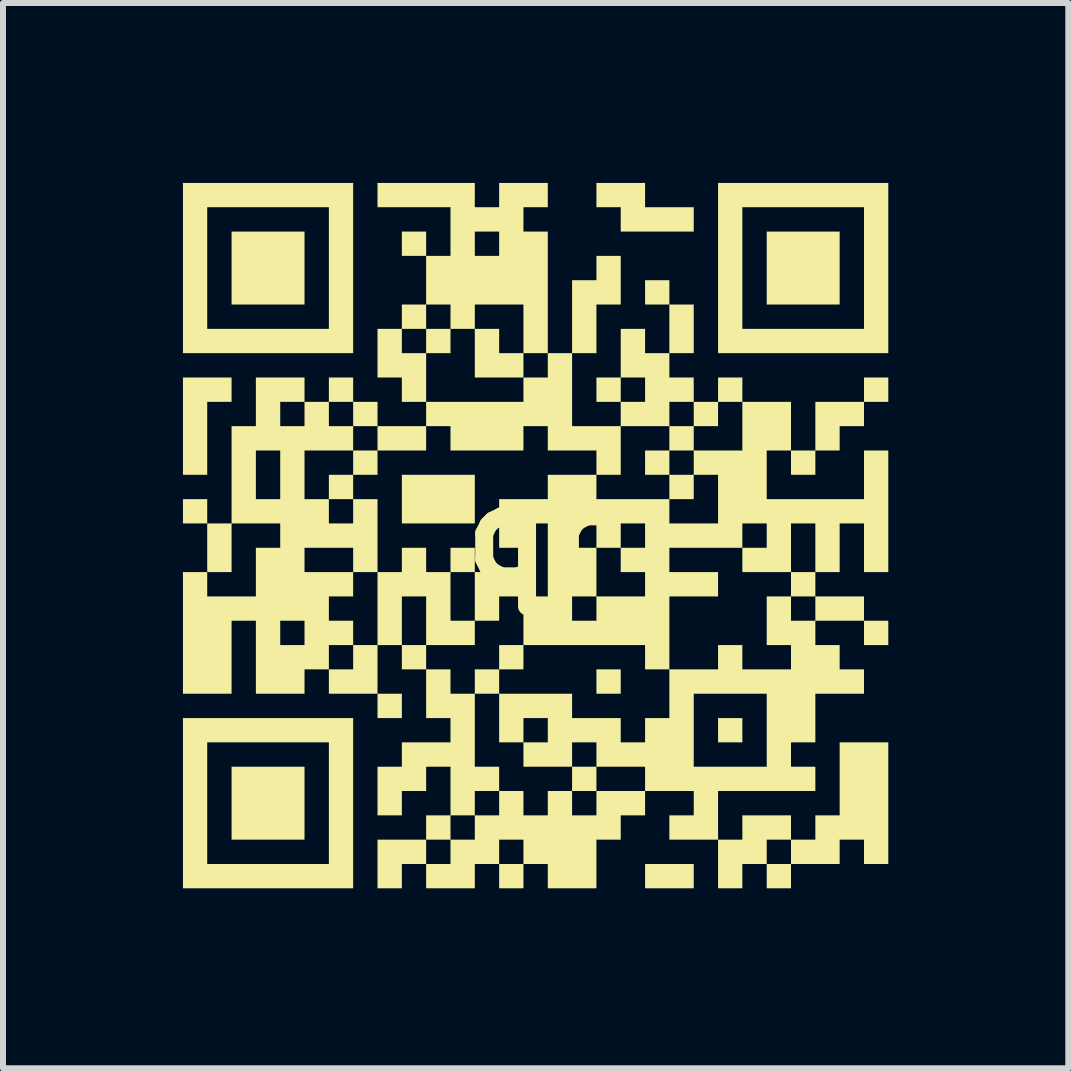
<source format=kicad_pcb>
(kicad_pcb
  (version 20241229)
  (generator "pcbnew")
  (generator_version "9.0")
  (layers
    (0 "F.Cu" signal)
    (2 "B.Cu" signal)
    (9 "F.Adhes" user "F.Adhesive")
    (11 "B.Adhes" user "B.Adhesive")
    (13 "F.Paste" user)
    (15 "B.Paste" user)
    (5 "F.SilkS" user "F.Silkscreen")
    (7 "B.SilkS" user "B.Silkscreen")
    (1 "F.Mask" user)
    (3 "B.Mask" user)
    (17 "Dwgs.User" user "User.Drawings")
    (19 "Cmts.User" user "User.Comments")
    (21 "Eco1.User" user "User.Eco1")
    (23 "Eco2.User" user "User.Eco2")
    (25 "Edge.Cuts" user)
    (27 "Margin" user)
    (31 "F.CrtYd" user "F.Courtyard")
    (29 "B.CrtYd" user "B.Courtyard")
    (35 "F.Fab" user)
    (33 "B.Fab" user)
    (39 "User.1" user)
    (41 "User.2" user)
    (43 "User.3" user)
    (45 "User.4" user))
  (footprint "qr"
    (layer "F.Cu")
    (at 5.88 5.88)
    (property "Reference" "qr" (at 0 0 0) (layer "F.SilkS") (effects (font (size 1.5 1.5) (thickness 0.3))))
    (attr board_only exclude_from_pos_files exclude_from_bom)
    (fp_poly (pts (xy -3.853 -4.461) (xy -3.853 -3.853) (xy -4.461 -3.853) (xy -5.069 -3.853) (xy -5.069 -4.461) (xy -5.069 -5.069) (xy -4.461 -5.069) (xy -3.853 -5.069)) (stroke (width 0) (type solid)) (fill yes) (layer "F.SilkS"))
    (fp_poly (pts (xy -3.853 4.461) (xy -3.853 5.069) (xy -4.461 5.069) (xy -5.069 5.069) (xy -5.069 4.461) (xy -5.069 3.853) (xy -4.461 3.853) (xy -3.853 3.853)) (stroke (width 0) (type solid)) (fill yes) (layer "F.SilkS"))
    (fp_poly (pts (xy -2.23 2.839) (xy -2.23 3.042) (xy -2.433 3.042) (xy -2.636 3.042) (xy -2.636 2.839) (xy -2.636 2.636) (xy -2.433 2.636) (xy -2.23 2.636)) (stroke (width 0) (type solid)) (fill yes) (layer "F.SilkS"))
    (fp_poly (pts (xy -1.825 2.028) (xy -1.825 2.23) (xy -2.028 2.23) (xy -2.23 2.23) (xy -2.23 2.028) (xy -2.23 1.825) (xy -2.028 1.825) (xy -1.825 1.825)) (stroke (width 0) (type solid)) (fill yes) (layer "F.SilkS"))
    (fp_poly (pts (xy -1.419 -3.244) (xy -1.419 -3.042) (xy -1.622 -3.042) (xy -1.825 -3.042) (xy -1.825 -3.244) (xy -1.825 -3.447) (xy -1.622 -3.447) (xy -1.419 -3.447)) (stroke (width 0) (type solid)) (fill yes) (layer "F.SilkS"))
    (fp_poly (pts (xy -1.014 -0.608) (xy -1.014 -0.203) (xy -1.622 -0.203) (xy -2.23 -0.203) (xy -2.23 -0.608) (xy -2.23 -1.014) (xy -1.622 -1.014) (xy -1.014 -1.014)) (stroke (width 0) (type solid)) (fill yes) (layer "F.SilkS"))
    (fp_poly (pts (xy -1.014 0.406) (xy -1.014 0.608) (xy -1.217 0.608) (xy -1.419 0.608) (xy -1.419 0.406) (xy -1.419 0.203) (xy -1.217 0.203) (xy -1.014 0.203)) (stroke (width 0) (type solid)) (fill yes) (layer "F.SilkS"))
    (fp_poly (pts (xy 1.014 4.055) (xy 1.014 4.258) (xy 0.811 4.258) (xy 0.608 4.258) (xy 0.608 4.055) (xy 0.608 3.853) (xy 0.811 3.853) (xy 1.014 3.853)) (stroke (width 0) (type solid)) (fill yes) (layer "F.SilkS"))
    (fp_poly (pts (xy 1.419 2.433) (xy 1.419 2.636) (xy 1.217 2.636) (xy 1.014 2.636) (xy 1.014 2.433) (xy 1.014 2.23) (xy 1.217 2.23) (xy 1.419 2.23)) (stroke (width 0) (type solid)) (fill yes) (layer "F.SilkS"))
    (fp_poly (pts (xy 2.23 -4.055) (xy 2.23 -3.853) (xy 2.028 -3.853) (xy 1.825 -3.853) (xy 1.825 -4.055) (xy 1.825 -4.258) (xy 2.028 -4.258) (xy 2.23 -4.258)) (stroke (width 0) (type solid)) (fill yes) (layer "F.SilkS"))
    (fp_poly (pts (xy 2.636 -0.811) (xy 2.636 -0.608) (xy 2.433 -0.608) (xy 2.23 -0.608) (xy 2.23 -0.811) (xy 2.23 -1.014) (xy 2.433 -1.014) (xy 2.636 -1.014)) (stroke (width 0) (type solid)) (fill yes) (layer "F.SilkS"))
    (fp_poly (pts (xy 2.636 5.677) (xy 2.636 5.88) (xy 2.23 5.88) (xy 1.825 5.88) (xy 1.825 5.677) (xy 1.825 5.475) (xy 2.23 5.475) (xy 2.636 5.475)) (stroke (width 0) (type solid)) (fill yes) (layer "F.SilkS"))
    (fp_poly (pts (xy 3.447 3.244) (xy 3.447 3.447) (xy 3.244 3.447) (xy 3.042 3.447) (xy 3.042 3.244) (xy 3.042 3.042) (xy 3.244 3.042) (xy 3.447 3.042)) (stroke (width 0) (type solid)) (fill yes) (layer "F.SilkS"))
    (fp_poly (pts (xy 5.069 -4.461) (xy 5.069 -3.853) (xy 4.461 -3.853) (xy 3.853 -3.853) (xy 3.853 -4.461) (xy 3.853 -5.069) (xy 4.461 -5.069) (xy 5.069 -5.069)) (stroke (width 0) (type solid)) (fill yes) (layer "F.SilkS"))
    (fp_poly (pts (xy 5.88 1.622) (xy 5.88 1.825) (xy 5.677 1.825) (xy 5.475 1.825) (xy 5.475 1.622) (xy 5.475 1.419) (xy 5.677 1.419) (xy 5.88 1.419)) (stroke (width 0) (type solid)) (fill yes) (layer "F.SilkS"))
    (fp_poly (pts (xy -5.069 -2.433) (xy -5.069 -2.23) (xy -5.272 -2.23) (xy -5.475 -2.23) (xy -5.475 -1.622) (xy -5.475 -1.014) (xy -5.677 -1.014) (xy -5.88 -1.014) (xy -5.88 -1.825) (xy -5.88 -2.636) (xy -5.475 -2.636) (xy -5.069 -2.636)) (stroke (width 0) (type solid)) (fill yes) (layer "F.SilkS"))
    (fp_poly (pts (xy -0.608 -3.244) (xy -0.608 -3.042) (xy -0.406 -3.042) (xy -0.203 -3.042) (xy -0.203 -2.839) (xy -0.203 -2.636) (xy -0.608 -2.636) (xy -1.014 -2.636) (xy -1.014 -3.042) (xy -1.014 -3.447) (xy -0.811 -3.447) (xy -0.608 -3.447)) (stroke (width 0) (type solid)) (fill yes) (layer "F.SilkS"))
    (fp_poly (pts (xy -0.203 0.811) (xy -0.203 1.014) (xy -0.406 1.014) (xy -0.608 1.014) (xy -0.608 1.217) (xy -0.608 1.419) (xy -0.811 1.419) (xy -1.014 1.419) (xy -1.014 1.014) (xy -1.014 0.608) (xy -0.608 0.608) (xy -0.203 0.608)) (stroke (width 0) (type solid)) (fill yes) (layer "F.SilkS"))
    (fp_poly (pts (xy -2.636 -1.217) (xy -2.636 -1.014) (xy -2.839 -1.014) (xy -3.042 -1.014) (xy -3.042 -0.811) (xy -3.042 -0.608) (xy -3.244 -0.608) (xy -3.447 -0.608) (xy -3.447 -0.811) (xy -3.447 -1.014) (xy -3.244 -1.014) (xy -3.042 -1.014) (xy -3.042 -1.217) (xy -3.042 -1.419) (xy -2.839 -1.419) (xy -2.636 -1.419)) (stroke (width 0) (type solid)) (fill yes) (layer "F.SilkS"))
    (fp_poly (pts (xy -0.203 2.028) (xy -0.203 2.23) (xy -0.406 2.23) (xy -0.608 2.23) (xy -0.608 2.433) (xy -0.608 2.636) (xy -0.811 2.636) (xy -1.014 2.636) (xy -1.014 2.433) (xy -1.014 2.23) (xy -0.811 2.23) (xy -0.608 2.23) (xy -0.608 2.028) (xy -0.608 1.825) (xy -0.406 1.825) (xy -0.203 1.825)) (stroke (width 0) (type solid)) (fill yes) (layer "F.SilkS"))
    (fp_poly (pts (xy 1.825 -5.677) (xy 1.825 -5.475) (xy 2.23 -5.475) (xy 2.636 -5.475) (xy 2.636 -5.272) (xy 2.636 -5.069) (xy 2.028 -5.069) (xy 1.419 -5.069) (xy 1.419 -5.272) (xy 1.419 -5.475) (xy 1.217 -5.475) (xy 1.014 -5.475) (xy 1.014 -5.677) (xy 1.014 -5.88) (xy 1.419 -5.88) (xy 1.825 -5.88)) (stroke (width 0) (type solid)) (fill yes) (layer "F.SilkS"))
    (fp_poly (pts (xy 2.636 -1.622) (xy 2.636 -1.419) (xy 2.433 -1.419) (xy 2.23 -1.419) (xy 2.23 -1.217) (xy 2.23 -1.014) (xy 2.028 -1.014) (xy 1.825 -1.014) (xy 1.825 -1.217) (xy 1.825 -1.419) (xy 2.028 -1.419) (xy 2.23 -1.419) (xy 2.23 -1.622) (xy 2.23 -1.825) (xy 2.433 -1.825) (xy 2.636 -1.825)) (stroke (width 0) (type solid)) (fill yes) (layer "F.SilkS"))
    (fp_poly (pts (xy -3.042 -4.461) (xy -3.042 -3.042) (xy -4.461 -3.042) (xy -5.88 -3.042) (xy -5.88 -4.461) (xy -5.88 -5.475) (xy -5.475 -5.475) (xy -5.475 -4.461) (xy -5.475 -3.447) (xy -4.461 -3.447) (xy -3.447 -3.447) (xy -3.447 -4.461) (xy -3.447 -5.475) (xy -4.461 -5.475) (xy -5.475 -5.475) (xy -5.88 -5.475) (xy -5.88 -5.88) (xy -4.461 -5.88) (xy -3.042 -5.88)) (stroke (width 0) (type solid)) (fill yes) (layer "F.SilkS"))
    (fp_poly (pts (xy -3.042 4.461) (xy -3.042 5.88) (xy -4.461 5.88) (xy -5.88 5.88) (xy -5.88 4.461) (xy -5.88 3.447) (xy -5.475 3.447) (xy -5.475 4.461) (xy -5.475 5.475) (xy -4.461 5.475) (xy -3.447 5.475) (xy -3.447 4.461) (xy -3.447 3.447) (xy -4.461 3.447) (xy -5.475 3.447) (xy -5.88 3.447) (xy -5.88 3.042) (xy -4.461 3.042) (xy -3.042 3.042)) (stroke (width 0) (type solid)) (fill yes) (layer "F.SilkS"))
    (fp_poly (pts (xy 5.88 -4.461) (xy 5.88 -3.042) (xy 4.461 -3.042) (xy 3.042 -3.042) (xy 3.042 -4.461) (xy 3.042 -5.475) (xy 3.447 -5.475) (xy 3.447 -4.461) (xy 3.447 -3.447) (xy 4.461 -3.447) (xy 5.475 -3.447) (xy 5.475 -4.461) (xy 5.475 -5.475) (xy 4.461 -5.475) (xy 3.447 -5.475) (xy 3.042 -5.475) (xy 3.042 -5.88) (xy 4.461 -5.88) (xy 5.88 -5.88)) (stroke (width 0) (type solid)) (fill yes) (layer "F.SilkS"))
    (fp_poly (pts (xy -1.014 -5.677) (xy -1.014 -5.475) (xy -0.811 -5.475) (xy -0.608 -5.475) (xy -0.608 -5.677) (xy -0.608 -5.88) (xy -0.203 -5.88) (xy 0.203 -5.88) (xy 0.203 -5.677) (xy 0.203 -5.475) (xy 0 -5.475) (xy -0.203 -5.475) (xy -0.203 -5.272) (xy -0.203 -5.069) (xy 0 -5.069) (xy 0.203 -5.069) (xy 0.203 -4.055) (xy 0.203 -3.042) (xy 0.406 -3.042) (xy 0.608 -3.042) (xy 0.608 -3.65) (xy 0.608 -4.258) (xy 0.811 -4.258) (xy 1.014 -4.258) (xy 1.014 -4.461) (xy 1.014 -4.664) (xy 1.217 -4.664) (xy 1.419 -4.664) (xy 1.419 -4.258) (xy 1.419 -3.853) (xy 1.217 -3.853) (xy 1.014 -3.853) (xy 1.014 -3.447) (xy 1.014 -3.042) (xy 0.811 -3.042) (xy 0.608 -3.042) (xy 0.608 -2.433) (xy 0.608 -1.825) (xy 1.014 -1.825) (xy 1.419 -1.825) (xy 1.419 -2.028) (xy 1.419 -2.23) (xy 1.217 -2.23) (xy 1.014 -2.23) (xy 1.014 -2.433) (xy 1.014 -2.636) (xy 1.217 -2.636) (xy 1.419 -2.636) (xy 1.419 -2.433) (xy 1.419 -2.23) (xy 1.622 -2.23) (xy 1.825 -2.23) (xy 1.825 -2.433) (xy 1.825 -2.636) (xy 1.622 -2.636) (xy 1.419 -2.636) (xy 1.419 -3.042) (xy 1.419 -3.447) (xy 1.622 -3.447) (xy 1.825 -3.447) (xy 1.825 -3.244) (xy 1.825 -3.042) (xy 2.028 -3.042) (xy 2.23 -3.042) (xy 2.23 -3.447) (xy 2.23 -3.853) (xy 2.433 -3.853) (xy 2.636 -3.853) (xy 2.636 -3.447) (xy 2.636 -3.042) (xy 2.433 -3.042) (xy 2.23 -3.042) (xy 2.23 -2.839) (xy 2.23 -2.636) (xy 2.433 -2.636) (xy 2.636 -2.636) (xy 2.636 -2.433) (xy 2.636 -2.23) (xy 2.839 -2.23) (xy 3.042 -2.23) (xy 3.042 -2.433) (xy 3.042 -2.636) (xy 3.244 -2.636) (xy 3.447 -2.636) (xy 3.447 -2.433) (xy 3.447 -2.23) (xy 3.244 -2.23) (xy 3.042 -2.23) (xy 3.042 -2.028) (xy 3.042 -1.825) (xy 2.839 -1.825) (xy 2.636 -1.825) (xy 2.636 -2.028) (xy 2.636 -2.23) (xy 2.433 -2.23) (xy 2.23 -2.23) (xy 2.23 -2.028) (xy 2.23 -1.825) (xy 1.825 -1.825) (xy 1.419 -1.825) (xy 1.419 -1.419) (xy 1.419 -1.014) (xy 1.217 -1.014) (xy 1.014 -1.014) (xy 1.014 -1.217) (xy 1.014 -1.419) (xy 0.608 -1.419) (xy 0.203 -1.419) (xy 0.203 -1.622) (xy 0.203 -1.825) (xy 0 -1.825) (xy -0.203 -1.825) (xy -0.203 -1.622) (xy -0.203 -1.419) (xy -0.811 -1.419) (xy -1.419 -1.419) (xy -1.419 -1.622) (xy -1.419 -1.825) (xy -1.622 -1.825) (xy -1.825 -1.825) (xy -1.825 -1.622) (xy -1.825 -1.419) (xy -2.23 -1.419) (xy -2.636 -1.419) (xy -2.636 -1.622) (xy -2.636 -1.825) (xy -2.839 -1.825) (xy -3.042 -1.825) (xy -3.042 -1.622) (xy -3.042 -1.419) (xy -3.447 -1.419) (xy -3.853 -1.419) (xy -3.853 -1.014) (xy -3.853 -0.608) (xy -3.65 -0.608) (xy -3.447 -0.608) (xy -3.447 -0.406) (xy -3.447 -0.203) (xy -3.244 -0.203) (xy -3.042 -0.203) (xy -3.042 -0.406) (xy -3.042 -0.608) (xy -2.839 -0.608) (xy -2.636 -0.608) (xy -2.636 0) (xy -2.636 0.608) (xy -2.839 0.608) (xy -3.042 0.608) (xy -3.042 0.406) (xy -3.042 0.203) (xy -3.447 0.203) (xy -3.853 0.203) (xy -3.853 0.406) (xy -3.853 0.608) (xy -3.447 0.608) (xy -3.042 0.608) (xy -3.042 0.811) (xy -3.042 1.014) (xy -3.244 1.014) (xy -3.447 1.014) (xy -3.447 1.217) (xy -3.447 1.419) (xy -3.244 1.419) (xy -3.042 1.419) (xy -3.042 1.622) (xy -3.042 1.825) (xy -3.244 1.825) (xy -3.447 1.825) (xy -3.447 2.028) (xy -3.447 2.23) (xy -3.244 2.23) (xy -3.042 2.23) (xy -3.042 2.028) (xy -3.042 1.825) (xy -2.839 1.825) (xy -2.636 1.825) (xy -2.636 1.217) (xy -2.636 0.608) (xy -2.433 0.608) (xy -2.23 0.608) (xy -2.23 0.406) (xy -2.23 0.203) (xy -2.028 0.203) (xy -1.825 0.203) (xy -1.825 0.406) (xy -1.825 0.608) (xy -1.622 0.608) (xy -1.419 0.608) (xy -1.419 1.014) (xy -1.419 1.419) (xy -1.217 1.419) (xy -1.014 1.419) (xy -1.014 1.622) (xy -1.014 1.825) (xy -1.419 1.825) (xy -1.825 1.825) (xy -1.825 1.419) (xy -1.825 1.014) (xy -2.028 1.014) (xy -2.23 1.014) (xy -2.23 1.419) (xy -2.23 1.825) (xy -2.433 1.825) (xy -2.636 1.825) (xy -2.636 2.23) (xy -2.636 2.636) (xy -3.042 2.636) (xy -3.447 2.636) (xy -3.447 2.433) (xy -3.447 2.23) (xy -3.65 2.23) (xy -3.853 2.23) (xy -3.853 2.433) (xy -3.853 2.636) (xy -4.258 2.636) (xy -4.664 2.636) (xy -4.664 2.028) (xy -4.664 1.419) (xy -4.258 1.419) (xy -4.258 1.622) (xy -4.258 1.825) (xy -4.055 1.825) (xy -3.853 1.825) (xy -3.853 1.622) (xy -3.853 1.419) (xy -4.055 1.419) (xy -4.258 1.419) (xy -4.664 1.419) (xy -4.866 1.419) (xy -5.069 1.419) (xy -5.069 2.028) (xy -5.069 2.636) (xy -5.475 2.636) (xy -5.88 2.636) (xy -5.88 1.622) (xy -5.88 1.014) (xy -5.475 1.014) (xy -5.069 1.014) (xy -4.664 1.014) (xy -4.664 0.608) (xy -4.664 0.203) (xy -4.461 0.203) (xy -4.258 0.203) (xy -4.258 0) (xy -4.258 -0.203) (xy -4.664 -0.203) (xy -5.069 -0.203) (xy -5.069 0.203) (xy -5.069 0.608) (xy -5.272 0.608) (xy -5.475 0.608) (xy -5.475 0.811) (xy -5.475 1.014) (xy -5.88 1.014) (xy -5.88 0.608) (xy -5.677 0.608) (xy -5.475 0.608) (xy -5.475 0.203) (xy -5.475 -0.203) (xy -5.677 -0.203) (xy -5.88 -0.203) (xy -5.88 -0.406) (xy -5.88 -0.608) (xy -5.677 -0.608) (xy -5.475 -0.608) (xy -5.475 -0.406) (xy -5.475 -0.203) (xy -5.272 -0.203) (xy -5.069 -0.203) (xy -5.069 -1.014) (xy -5.069 -1.419) (xy -4.664 -1.419) (xy -4.664 -1.014) (xy -4.664 -0.608) (xy -4.461 -0.608) (xy -4.258 -0.608) (xy -4.258 -1.014) (xy -4.258 -1.419) (xy -4.461 -1.419) (xy -4.664 -1.419) (xy -5.069 -1.419) (xy -5.069 -1.825) (xy -4.866 -1.825) (xy -4.664 -1.825) (xy -4.664 -2.23) (xy -4.258 -2.23) (xy -4.258 -2.028) (xy -4.258 -1.825) (xy -4.055 -1.825) (xy -3.853 -1.825) (xy -3.853 -2.028) (xy -3.853 -2.23) (xy -4.055 -2.23) (xy -4.258 -2.23) (xy -4.664 -2.23) (xy -4.664 -2.636) (xy -4.258 -2.636) (xy -3.853 -2.636) (xy -3.853 -2.433) (xy -3.853 -2.23) (xy -3.65 -2.23) (xy -3.447 -2.23) (xy -3.447 -2.433) (xy -3.447 -2.636) (xy -3.244 -2.636) (xy -3.042 -2.636) (xy -3.042 -2.433) (xy -3.042 -2.23) (xy -3.244 -2.23) (xy -3.447 -2.23) (xy -3.447 -2.028) (xy -3.447 -1.825) (xy -3.244 -1.825) (xy -3.042 -1.825) (xy -3.042 -2.028) (xy -3.042 -2.23) (xy -2.839 -2.23) (xy -2.636 -2.23) (xy -2.636 -2.028) (xy -2.636 -1.825) (xy -2.23 -1.825) (xy -1.825 -1.825) (xy -1.825 -2.028) (xy -1.825 -2.23) (xy -2.028 -2.23) (xy -2.23 -2.23) (xy -2.23 -2.433) (xy -2.23 -2.636) (xy -2.433 -2.636) (xy -2.636 -2.636) (xy -2.636 -3.042) (xy -2.23 -3.042) (xy -2.028 -3.042) (xy -1.825 -3.042) (xy -1.825 -2.636) (xy -1.825 -2.23) (xy -1.014 -2.23) (xy -0.203 -2.23) (xy -0.203 -2.433) (xy -0.203 -2.636) (xy 0 -2.636) (xy 0.203 -2.636) (xy 0.203 -2.839) (xy 0.203 -3.042) (xy 0 -3.042) (xy -0.203 -3.042) (xy -0.203 -3.447) (xy -0.203 -3.853) (xy -0.608 -3.853) (xy -1.014 -3.853) (xy -1.014 -3.65) (xy -1.014 -3.447) (xy -1.217 -3.447) (xy -1.419 -3.447) (xy -1.419 -3.65) (xy -1.419 -3.853) (xy -1.622 -3.853) (xy -1.825 -3.853) (xy -1.825 -3.65) (xy -1.825 -3.447) (xy -2.028 -3.447) (xy -2.23 -3.447) (xy -2.23 -3.244) (xy -2.23 -3.042) (xy -2.636 -3.042) (xy -2.636 -3.447) (xy -2.433 -3.447) (xy -2.23 -3.447) (xy -2.23 -3.65) (xy -2.23 -3.853) (xy -2.028 -3.853) (xy -1.825 -3.853) (xy -1.825 -4.258) (xy -1.825 -4.664) (xy -2.028 -4.664) (xy -2.23 -4.664) (xy -2.23 -4.866) (xy -2.23 -5.069) (xy -2.028 -5.069) (xy -1.825 -5.069) (xy -1.825 -4.866) (xy -1.825 -4.664) (xy -1.622 -4.664) (xy -1.419 -4.664) (xy -1.419 -5.069) (xy -1.014 -5.069) (xy -1.014 -4.866) (xy -1.014 -4.664) (xy -0.811 -4.664) (xy -0.608 -4.664) (xy -0.608 -4.866) (xy -0.608 -5.069) (xy -0.811 -5.069) (xy -1.014 -5.069) (xy -1.419 -5.069) (xy -1.419 -5.475) (xy -2.028 -5.475) (xy -2.636 -5.475) (xy -2.636 -5.677) (xy -2.636 -5.88) (xy -1.825 -5.88) (xy -1.014 -5.88)) (stroke (width 0) (type solid)) (fill yes) (layer "F.SilkS"))
    (fp_poly (pts (xy 5.88 -2.433) (xy 5.88 -2.23) (xy 5.677 -2.23) (xy 5.475 -2.23) (xy 5.475 -2.028) (xy 5.475 -1.825) (xy 5.272 -1.825) (xy 5.069 -1.825) (xy 5.069 -1.622) (xy 5.069 -1.419) (xy 4.866 -1.419) (xy 4.664 -1.419) (xy 4.664 -1.217) (xy 4.664 -1.014) (xy 4.461 -1.014) (xy 4.258 -1.014) (xy 4.258 -1.217) (xy 4.258 -1.419) (xy 4.055 -1.419) (xy 3.853 -1.419) (xy 3.853 -1.014) (xy 3.853 -0.608) (xy 4.664 -0.608) (xy 5.475 -0.608) (xy 5.475 -1.014) (xy 5.475 -1.419) (xy 5.677 -1.419) (xy 5.88 -1.419) (xy 5.88 -0.406) (xy 5.88 0.608) (xy 5.677 0.608) (xy 5.475 0.608) (xy 5.475 0.203) (xy 5.475 -0.203) (xy 5.272 -0.203) (xy 5.069 -0.203) (xy 5.069 0.203) (xy 5.069 0.608) (xy 4.866 0.608) (xy 4.664 0.608) (xy 4.664 0.811) (xy 4.664 1.014) (xy 4.461 1.014) (xy 4.258 1.014) (xy 4.258 1.217) (xy 4.258 1.419) (xy 4.461 1.419) (xy 4.664 1.419) (xy 4.664 1.217) (xy 4.664 1.014) (xy 5.069 1.014) (xy 5.475 1.014) (xy 5.475 1.217) (xy 5.475 1.419) (xy 5.069 1.419) (xy 4.664 1.419) (xy 4.664 1.622) (xy 4.664 1.825) (xy 4.866 1.825) (xy 5.069 1.825) (xy 5.069 2.028) (xy 5.069 2.23) (xy 5.272 2.23) (xy 5.475 2.23) (xy 5.475 2.433) (xy 5.475 2.636) (xy 5.069 2.636) (xy 4.664 2.636) (xy 4.664 3.042) (xy 4.664 3.447) (xy 4.461 3.447) (xy 4.258 3.447) (xy 4.258 3.65) (xy 4.258 3.853) (xy 4.461 3.853) (xy 4.664 3.853) (xy 4.664 4.055) (xy 4.664 4.258) (xy 3.853 4.258) (xy 3.042 4.258) (xy 3.042 4.664) (xy 3.042 5.069) (xy 3.244 5.069) (xy 3.447 5.069) (xy 3.853 5.069) (xy 3.853 5.272) (xy 3.853 5.475) (xy 4.055 5.475) (xy 4.258 5.475) (xy 4.258 5.272) (xy 4.258 5.069) (xy 4.055 5.069) (xy 3.853 5.069) (xy 3.447 5.069) (xy 3.447 4.866) (xy 3.447 4.664) (xy 3.853 4.664) (xy 4.258 4.664) (xy 4.258 4.866) (xy 4.258 5.069) (xy 4.461 5.069) (xy 4.664 5.069) (xy 4.664 4.866) (xy 4.664 4.664) (xy 4.866 4.664) (xy 5.069 4.664) (xy 5.069 4.055) (xy 5.069 3.447) (xy 5.475 3.447) (xy 5.88 3.447) (xy 5.88 4.461) (xy 5.88 5.475) (xy 5.677 5.475) (xy 5.475 5.475) (xy 5.475 5.272) (xy 5.475 5.069) (xy 5.272 5.069) (xy 5.069 5.069) (xy 5.069 5.272) (xy 5.069 5.475) (xy 4.664 5.475) (xy 4.258 5.475) (xy 4.258 5.677) (xy 4.258 5.88) (xy 4.055 5.88) (xy 3.853 5.88) (xy 3.853 5.677) (xy 3.853 5.475) (xy 3.65 5.475) (xy 3.447 5.475) (xy 3.447 5.677) (xy 3.447 5.88) (xy 3.244 5.88) (xy 3.042 5.88) (xy 3.042 5.475) (xy 3.042 5.069) (xy 2.636 5.069) (xy 2.23 5.069) (xy 2.23 4.866) (xy 2.23 4.664) (xy 2.433 4.664) (xy 2.636 4.664) (xy 2.636 4.461) (xy 2.636 4.258) (xy 2.23 4.258) (xy 1.825 4.258) (xy 1.825 4.461) (xy 1.825 4.664) (xy 1.622 4.664) (xy 1.419 4.664) (xy 1.419 4.866) (xy 1.419 5.069) (xy 1.217 5.069) (xy 1.014 5.069) (xy 1.014 5.475) (xy 1.014 5.88) (xy 0.608 5.88) (xy 0.203 5.88) (xy 0.203 5.677) (xy 0.203 5.475) (xy 0 5.475) (xy -0.203 5.475) (xy -0.203 5.677) (xy -0.203 5.88) (xy -0.406 5.88) (xy -0.608 5.88) (xy -0.608 5.677) (xy -0.608 5.475) (xy -0.811 5.475) (xy -1.014 5.475) (xy -1.014 5.677) (xy -1.014 5.88) (xy -1.419 5.88) (xy -1.825 5.88) (xy -1.825 5.677) (xy -1.825 5.475) (xy -2.028 5.475) (xy -2.23 5.475) (xy -2.23 5.677) (xy -2.23 5.88) (xy -2.433 5.88) (xy -2.636 5.88) (xy -2.636 5.475) (xy -2.636 5.069) (xy -2.23 5.069) (xy -1.825 5.069) (xy -1.825 4.866) (xy -1.825 4.664) (xy -1.622 4.664) (xy -1.419 4.664) (xy -1.419 4.258) (xy -1.419 3.853) (xy -1.622 3.853) (xy -1.825 3.853) (xy -1.825 4.055) (xy -1.825 4.258) (xy -2.028 4.258) (xy -2.23 4.258) (xy -2.23 4.461) (xy -2.23 4.664) (xy -2.433 4.664) (xy -2.636 4.664) (xy -2.636 4.258) (xy -2.636 3.853) (xy -2.433 3.853) (xy -2.23 3.853) (xy -2.23 3.65) (xy -2.23 3.447) (xy -1.825 3.447) (xy -1.419 3.447) (xy -1.419 3.244) (xy -1.419 3.042) (xy -1.622 3.042) (xy -1.825 3.042) (xy -1.825 2.636) (xy -1.825 2.23) (xy -1.622 2.23) (xy -1.419 2.23) (xy -1.419 2.433) (xy -1.419 2.636) (xy -1.217 2.636) (xy -1.014 2.636) (xy -1.014 3.244) (xy -1.014 3.853) (xy -0.811 3.853) (xy -0.608 3.853) (xy -0.608 4.055) (xy -0.608 4.258) (xy -0.811 4.258) (xy -1.014 4.258) (xy -1.014 4.461) (xy -1.014 4.664) (xy -1.217 4.664) (xy -1.419 4.664) (xy -1.419 4.866) (xy -1.419 5.069) (xy -1.622 5.069) (xy -1.825 5.069) (xy -1.825 5.272) (xy -1.825 5.475) (xy -1.622 5.475) (xy -1.419 5.475) (xy -1.419 5.272) (xy -1.419 5.069) (xy -1.217 5.069) (xy -1.014 5.069) (xy -0.608 5.069) (xy -0.608 5.272) (xy -0.608 5.475) (xy -0.406 5.475) (xy -0.203 5.475) (xy -0.203 5.272) (xy -0.203 5.069) (xy -0.406 5.069) (xy -0.608 5.069) (xy -1.014 5.069) (xy -1.014 4.866) (xy -1.014 4.664) (xy -0.811 4.664) (xy -0.608 4.664) (xy -0.608 4.461) (xy -0.608 4.258) (xy -0.406 4.258) (xy -0.203 4.258) (xy -0.203 4.461) (xy -0.203 4.664) (xy 0 4.664) (xy 0.203 4.664) (xy 0.203 4.461) (xy 0.203 4.258) (xy 0.406 4.258) (xy 0.608 4.258) (xy 0.608 4.461) (xy 0.608 4.664) (xy 0.811 4.664) (xy 1.014 4.664) (xy 1.014 4.461) (xy 1.014 4.258) (xy 1.419 4.258) (xy 1.825 4.258) (xy 1.825 4.055) (xy 1.825 3.853) (xy 1.419 3.853) (xy 1.014 3.853) (xy 1.014 3.65) (xy 1.014 3.447) (xy 0.811 3.447) (xy 0.608 3.447) (xy 0.608 3.65) (xy 0.608 3.853) (xy 0.203 3.853) (xy -0.203 3.853) (xy -0.203 3.65) (xy -0.203 3.447) (xy 0 3.447) (xy 0.203 3.447) (xy 0.203 3.244) (xy 0.203 3.042) (xy 0 3.042) (xy -0.203 3.042) (xy -0.203 3.244) (xy -0.203 3.447) (xy -0.406 3.447) (xy -0.608 3.447) (xy -0.608 3.042) (xy -0.608 2.636) (xy 0 2.636) (xy 0.608 2.636) (xy 0.608 2.839) (xy 0.608 3.042) (xy 1.014 3.042) (xy 1.419 3.042) (xy 1.419 3.244) (xy 1.419 3.447) (xy 1.622 3.447) (xy 1.825 3.447) (xy 1.825 3.244) (xy 1.825 3.042) (xy 2.028 3.042) (xy 2.23 3.042) (xy 2.23 2.636) (xy 2.636 2.636) (xy 2.636 3.244) (xy 2.636 3.853) (xy 3.244 3.853) (xy 3.853 3.853) (xy 3.853 3.244) (xy 3.853 2.636) (xy 3.244 2.636) (xy 2.636 2.636) (xy 2.23 2.636) (xy 2.23 2.23) (xy 2.636 2.23) (xy 3.042 2.23) (xy 3.042 2.028) (xy 3.042 1.825) (xy 3.244 1.825) (xy 3.447 1.825) (xy 3.447 2.028) (xy 3.447 2.23) (xy 3.853 2.23) (xy 4.258 2.23) (xy 4.258 2.028) (xy 4.258 1.825) (xy 4.055 1.825) (xy 3.853 1.825) (xy 3.853 1.419) (xy 3.853 1.014) (xy 4.055 1.014) (xy 4.258 1.014) (xy 4.258 0.811) (xy 4.258 0.608) (xy 4.461 0.608) (xy 4.664 0.608) (xy 4.664 0.203) (xy 4.664 -0.203) (xy 4.461 -0.203) (xy 4.258 -0.203) (xy 4.258 0.203) (xy 4.258 0.608) (xy 3.853 0.608) (xy 3.447 0.608) (xy 3.447 0.406) (xy 3.447 0.203) (xy 3.65 0.203) (xy 3.853 0.203) (xy 3.853 0) (xy 3.853 -0.203) (xy 3.65 -0.203) (xy 3.447 -0.203) (xy 3.447 0) (xy 3.447 0.203) (xy 2.839 0.203) (xy 2.23 0.203) (xy 2.23 0.406) (xy 2.23 0.608) (xy 2.636 0.608) (xy 3.042 0.608) (xy 3.042 0.811) (xy 3.042 1.014) (xy 2.636 1.014) (xy 2.23 1.014) (xy 2.23 1.622) (xy 2.23 2.23) (xy 2.028 2.23) (xy 1.825 2.23) (xy 1.825 2.028) (xy 1.825 1.825) (xy 0.811 1.825) (xy -0.203 1.825) (xy -0.203 1.419) (xy -0.203 1.014) (xy 0 1.014) (xy 0.203 1.014) (xy 0.203 0.406) (xy 0.203 -0.203) (xy 0.608 -0.203) (xy 0.608 0) (xy 0.608 0.203) (xy 0.811 0.203) (xy 1.014 0.203) (xy 1.014 0.608) (xy 1.014 1.014) (xy 0.811 1.014) (xy 0.608 1.014) (xy 0.608 1.217) (xy 0.608 1.419) (xy 0.811 1.419) (xy 1.014 1.419) (xy 1.014 1.217) (xy 1.014 1.014) (xy 1.419 1.014) (xy 1.825 1.014) (xy 1.825 0.811) (xy 1.825 0.608) (xy 1.622 0.608) (xy 1.419 0.608) (xy 1.419 0.406) (xy 1.419 0.203) (xy 1.622 0.203) (xy 1.825 0.203) (xy 1.825 0) (xy 1.825 -0.203) (xy 1.622 -0.203) (xy 1.419 -0.203) (xy 1.419 0) (xy 1.419 0.203) (xy 1.217 0.203) (xy 1.014 0.203) (xy 1.014 0) (xy 1.014 -0.203) (xy 0.811 -0.203) (xy 0.608 -0.203) (xy 0.203 -0.203) (xy 0 -0.203) (xy -0.203 -0.203) (xy -0.203 0) (xy -0.203 0.203) (xy -0.406 0.203) (xy -0.608 0.203) (xy -0.608 -0.203) (xy -0.608 -0.608) (xy -0.203 -0.608) (xy 0.203 -0.608) (xy 0.203 -0.811) (xy 0.203 -1.014) (xy 0.608 -1.014) (xy 1.014 -1.014) (xy 1.014 -0.811) (xy 1.014 -0.608) (xy 1.622 -0.608) (xy 2.23 -0.608) (xy 2.23 -0.406) (xy 2.23 -0.203) (xy 2.636 -0.203) (xy 3.042 -0.203) (xy 3.042 -0.608) (xy 3.042 -1.014) (xy 2.839 -1.014) (xy 2.636 -1.014) (xy 2.636 -1.217) (xy 2.636 -1.419) (xy 3.042 -1.419) (xy 3.447 -1.419) (xy 3.447 -1.825) (xy 3.447 -2.23) (xy 3.853 -2.23) (xy 4.258 -2.23) (xy 4.258 -1.825) (xy 4.258 -1.419) (xy 4.461 -1.419) (xy 4.664 -1.419) (xy 4.664 -1.825) (xy 4.664 -2.23) (xy 5.069 -2.23) (xy 5.475 -2.23) (xy 5.475 -2.433) (xy 5.475 -2.636) (xy 5.677 -2.636) (xy 5.88 -2.636)) (stroke (width 0) (type solid)) (fill yes) (layer "F.SilkS")))
  (gr_rect
    (start -3 -3)
    (end 14.761 14.761)
    (stroke (width 0.1) (type default))
    (fill no)
    (layer "Edge.Cuts")))
</source>
